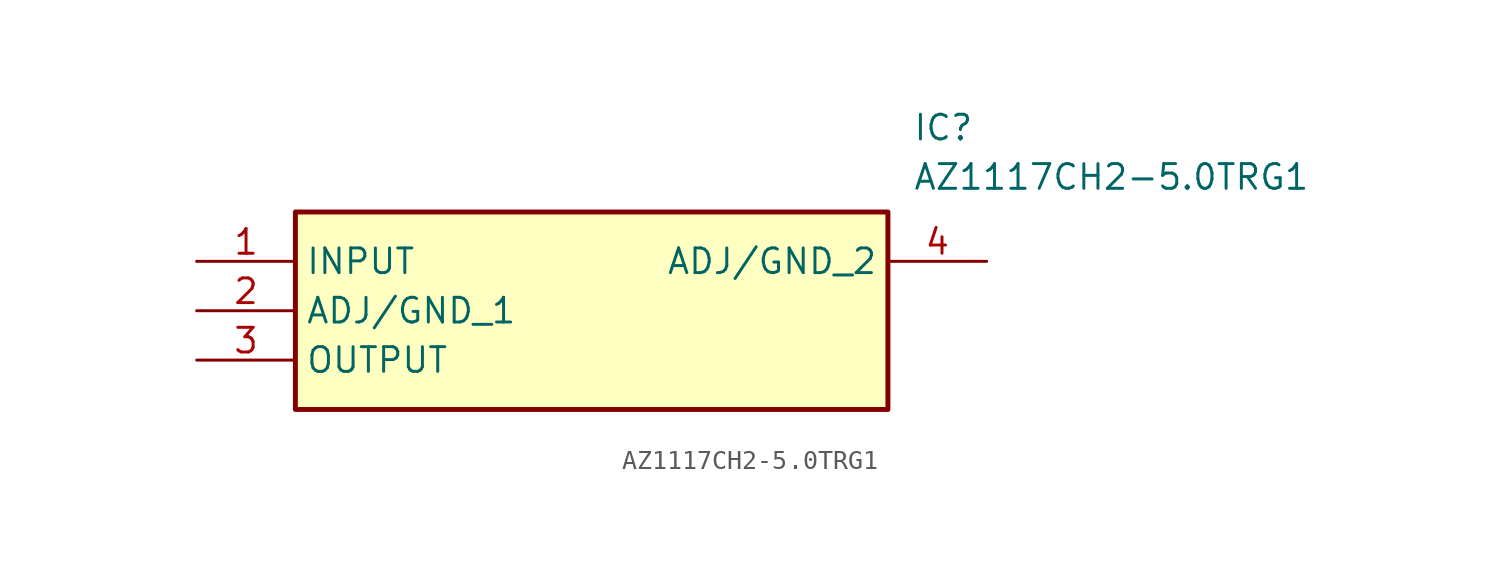
<source format=kicad_sym>
(kicad_symbol_lib
  (version 20211014)
  (generator SamacSys_ECAD_Model)
  (symbol "AZ1117CH2-5.0TRG1"
    (property "Reference" "IC"
      (at 36.83 7.62 0)
      (effects (font (size 1.27 1.27)) (justify left top)))
    (property "Value" "AZ1117CH2-5.0TRG1"
      (at 36.83 5.08 0)
      (effects (font (size 1.27 1.27)) (justify left top)))
    (rectangle
      (start 5.08 2.54)
      (end 35.56 -7.62)
      (stroke (width 0.254) (type default))
      (fill (type background)))
    (pin passive line
      (at 0 0 0)
      (length 5.08)
      (name "INPUT" (effects (font (size 1.27 1.27))))
      (number "1" (effects (font (size 1.27 1.27)))))
    (pin passive line
      (at 0 -2.54 0)
      (length 5.08)
      (name "ADJ/GND_1" (effects (font (size 1.27 1.27))))
      (number "2" (effects (font (size 1.27 1.27)))))
    (pin passive line
      (at 0 -5.08 0)
      (length 5.08)
      (name "OUTPUT" (effects (font (size 1.27 1.27))))
      (number "3" (effects (font (size 1.27 1.27)))))
    (pin passive line
      (at 40.64 0 180)
      (length 5.08)
      (name "ADJ/GND_2" (effects (font (size 1.27 1.27))))
      (number "4" (effects (font (size 1.27 1.27)))))))
</source>
